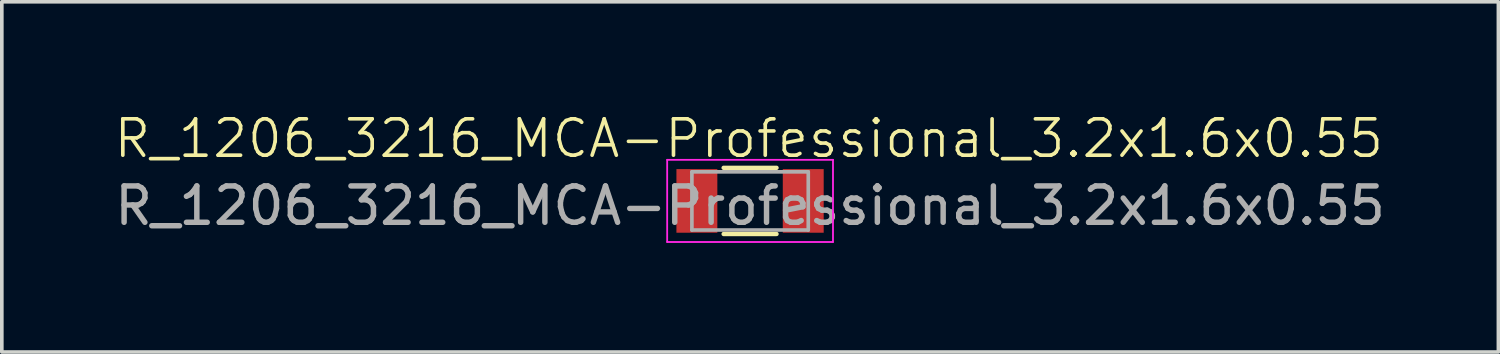
<source format=kicad_pcb>
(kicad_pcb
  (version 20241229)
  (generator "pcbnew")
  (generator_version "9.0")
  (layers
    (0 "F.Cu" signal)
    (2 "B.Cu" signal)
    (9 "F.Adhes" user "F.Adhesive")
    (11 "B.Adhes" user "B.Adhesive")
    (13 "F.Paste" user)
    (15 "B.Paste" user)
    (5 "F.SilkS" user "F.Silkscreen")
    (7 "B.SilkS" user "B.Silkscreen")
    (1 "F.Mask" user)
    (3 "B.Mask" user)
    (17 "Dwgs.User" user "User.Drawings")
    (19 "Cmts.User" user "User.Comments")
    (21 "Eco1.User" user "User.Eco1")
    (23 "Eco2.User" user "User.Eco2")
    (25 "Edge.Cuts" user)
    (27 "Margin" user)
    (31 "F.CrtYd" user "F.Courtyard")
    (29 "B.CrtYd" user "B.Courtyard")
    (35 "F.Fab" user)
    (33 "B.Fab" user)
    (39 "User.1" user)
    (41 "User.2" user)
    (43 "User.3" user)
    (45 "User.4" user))
  (footprint "R_1206_3216_MCA-Professional_3.2x1.6x0.55"
    (layer "F.Cu")
    (at 17.542 2.538)
    (property "Reference" "R_1206_3216_MCA-Professional_3.2x1.6x0.55" (at 0 -1.778 0) (unlocked yes) (layer "F.SilkS") (effects (font (size 1 1) (thickness 0.1))))
    (attr through_hole)
    (fp_line (start -0.692 -0.973) (end 0.762 -0.973) (stroke (width 0.12) (type solid)) (layer "F.SilkS"))
    (fp_line (start -0.692 0.847) (end 0.762 0.847) (stroke (width 0.12) (type solid)) (layer "F.SilkS"))
    (fp_line (start -2.245 -1.193) (end 2.315 -1.193) (stroke (width 0.05) (type solid)) (layer "F.CrtYd"))
    (fp_line (start -2.245 1.067) (end -2.245 -1.193) (stroke (width 0.05) (type solid)) (layer "F.CrtYd"))
    (fp_line (start 2.315 -1.193) (end 2.315 1.067) (stroke (width 0.05) (type solid)) (layer "F.CrtYd"))
    (fp_line (start 2.315 1.067) (end -2.245 1.067) (stroke (width 0.05) (type solid)) (layer "F.CrtYd"))
    (fp_line (start -1.565 -0.863) (end 1.635 -0.863) (stroke (width 0.1) (type solid)) (layer "F.Fab"))
    (fp_line (start -1.565 0.737) (end -1.565 -0.863) (stroke (width 0.1) (type solid)) (layer "F.Fab"))
    (fp_line (start 1.635 -0.863) (end 1.635 0.737) (stroke (width 0.1) (type solid)) (layer "F.Fab"))
    (fp_line (start 1.635 0.737) (end -1.565 0.737) (stroke (width 0.1) (type solid)) (layer "F.Fab"))
    (fp_text user "${REFERENCE}" (at 0.035 0.07 0) (unlocked yes) (layer "F.Fab") (effects (font (size 1 1) (thickness 0.15))))
    (pad "1" smd rect (at -1.428 -0.063) (size 1.125 1.75) (layers "F.Cu" "F.Mask" "F.Paste"))
    (pad "2" smd rect (at 1.497 -0.063) (size 1.125 1.75) (layers "F.Cu" "F.Mask" "F.Paste")))
  (gr_rect
    (start -3 -3)
    (end 38.155 6.63)
    (stroke (width 0.1) (type default))
    (fill no)
    (layer "Edge.Cuts")))
</source>
